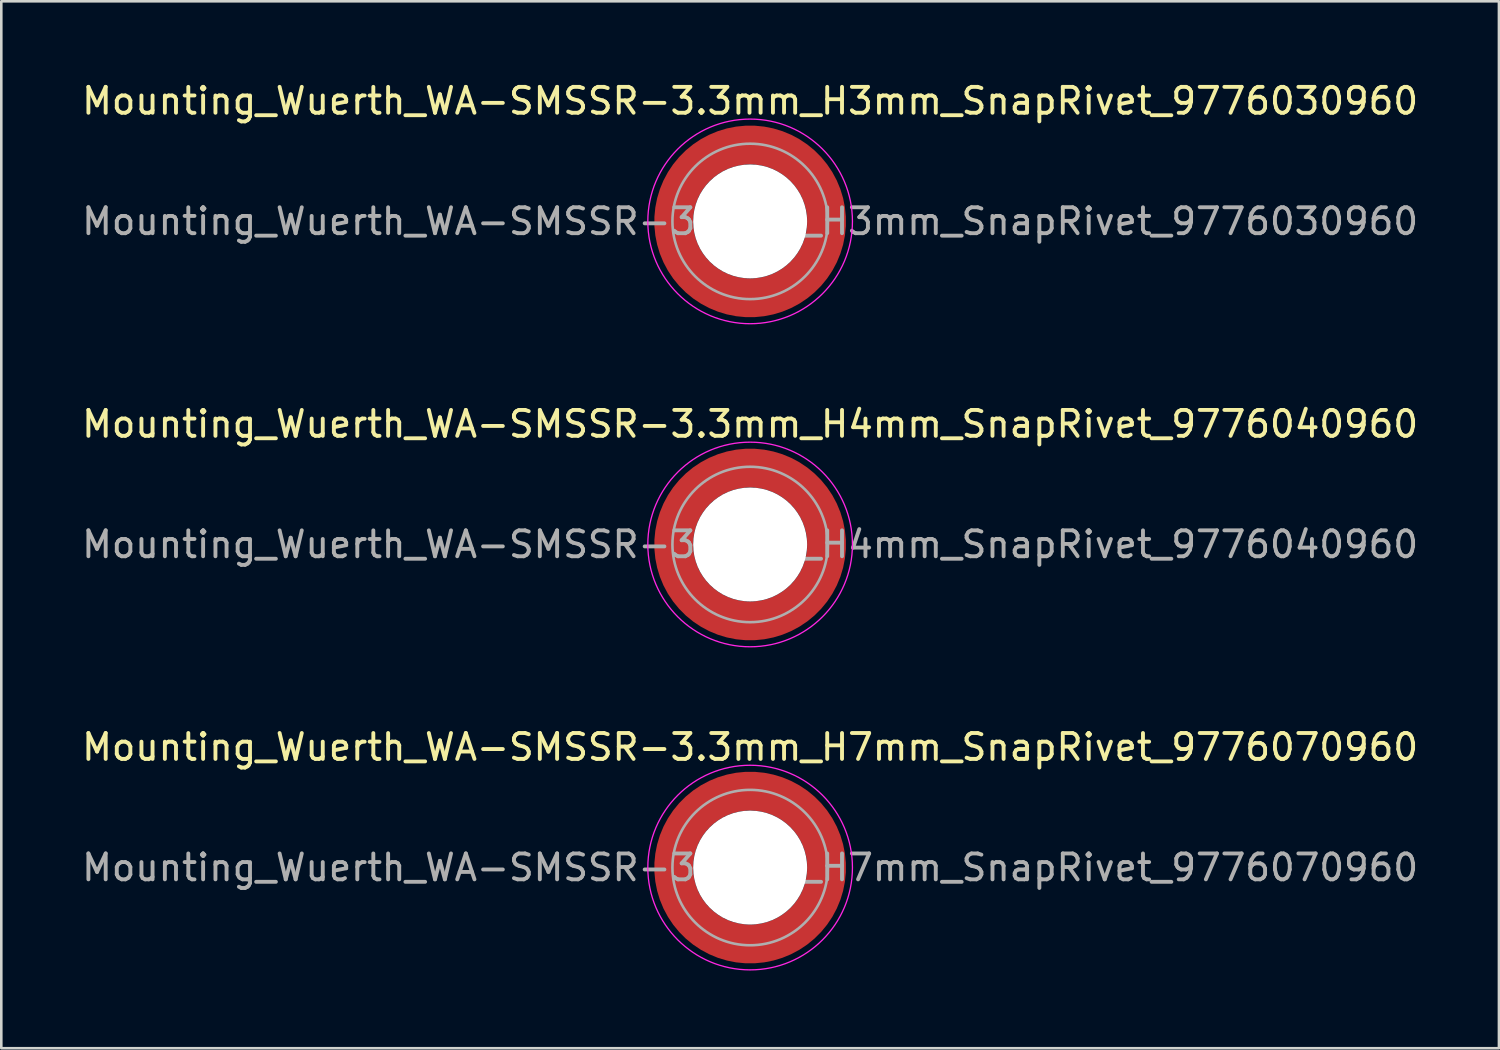
<source format=kicad_pcb>
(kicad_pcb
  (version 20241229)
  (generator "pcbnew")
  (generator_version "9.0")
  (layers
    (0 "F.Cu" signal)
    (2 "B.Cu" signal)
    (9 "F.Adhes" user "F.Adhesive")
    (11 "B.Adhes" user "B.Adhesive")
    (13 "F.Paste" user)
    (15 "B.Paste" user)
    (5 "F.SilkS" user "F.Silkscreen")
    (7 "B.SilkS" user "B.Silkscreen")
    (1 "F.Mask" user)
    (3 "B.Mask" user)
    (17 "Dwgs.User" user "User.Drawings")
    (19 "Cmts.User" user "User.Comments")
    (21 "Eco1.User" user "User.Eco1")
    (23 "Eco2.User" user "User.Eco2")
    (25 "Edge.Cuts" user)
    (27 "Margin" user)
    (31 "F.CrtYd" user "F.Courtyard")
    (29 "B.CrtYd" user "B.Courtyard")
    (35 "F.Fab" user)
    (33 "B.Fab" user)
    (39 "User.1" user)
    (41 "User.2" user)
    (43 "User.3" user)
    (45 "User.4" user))
  (footprint "Mounting_Wuerth_WA-SMSSR-3.3mm_H3mm_SnapRivet_9776030960"
    (layer "F.Cu")
    (at 25.911 5.498)
    (property "Reference" "Mounting_Wuerth_WA-SMSSR-3.3mm_H3mm_SnapRivet_9776030960" (at 0 -4.65 0) (layer "F.SilkS") (effects (font (size 1 1) (thickness 0.15))))
    (attr smd)
    (fp_circle (center 0 0) (end 3.95 0) (stroke (width 0.05) (type solid)) (fill no) (layer "F.CrtYd"))
    (fp_circle (center 0 0) (end 3 0) (stroke (width 0.1) (type solid)) (fill no) (layer "F.Fab"))
    (fp_text user "${REFERENCE}" (at 0 0 0) (layer "F.Fab") (effects (font (size 1 1) (thickness 0.15))))
    (pad "" smd custom (at -2.077 -2.077) (size 0.995 0.995) (layers "F.Paste") (options (anchor circle)) (primitives (gr_arc (start -0.208831 1.577126) (mid 0.422144 0.422848) (end 1.576154 -0.208618) (width 0.2)) (gr_arc (start -0.310669 1.577126) (mid 0.35138 0.352781) (end 1.575188 -0.310262) (width 0.2)) (gr_arc (start -0.412325 1.577126) (mid 0.280305 0.283024) (end 1.573357 -0.411565) (width 0.2)) (gr_arc (start -0.51382 1.577126) (mid 0.210358 0.212139) (end 1.574653 -0.513342) (width 0.2)) (gr_arc (start -0.615172 1.577126) (mid 0.139846 0.141818) (end 1.574384 -0.614661) (width 0.2)) (gr_arc (start -0.716397 1.577126) (mid 0.070334 0.070498) (end 1.576898 -0.716356) (width 0.2)) (gr_arc (start -0.817508 1.577126) (mid -0.001805 0.001806) (end 1.572094 -0.816634) (width 0.2)) (gr_arc (start -0.918517 1.577126) (mid -0.071322 -0.06951) (end 1.574599 -0.918094) (width 0.2)) (gr_arc (start -1.019433 1.577126) (mid -0.141902 -0.139762) (end 1.574138 -1.018949) (width 0.2)) (gr_arc (start -1.120266 1.577126) (mid -0.211736 -0.210761) (end 1.575763 -1.120053) (width 0.2)) (gr_arc (start -1.221022 1.577126) (mid -0.282882 -0.280446) (end 1.57372 -1.220504) (width 0.2)) (gr_arc (start -1.32171 1.577126) (mid -0.353407 -0.350753) (end 1.573414 -1.321162) (width 0.2)) (gr_arc (start -1.422335 1.577126) (mid -0.423311 -0.421682) (end 1.574846 -1.422009) (width 0.2)) (gr_line (start 1.577 -0.209) (end 1.577 -1.422) (width 0.2)) (gr_line (start -0.209 1.577) (end -1.422 1.577) (width 0.2))))
    (pad "" smd custom (at -2.077 2.077) (size 0.995 0.995) (layers "F.Paste") (options (anchor circle)) (primitives (gr_arc (start 1.577126 0.208831) (mid 0.422848 -0.422144) (end -0.208618 -1.576154) (width 0.2)) (gr_arc (start 1.577126 0.310669) (mid 0.352781 -0.35138) (end -0.310262 -1.575188) (width 0.2)) (gr_arc (start 1.577126 0.412325) (mid 0.283024 -0.280305) (end -0.411565 -1.573357) (width 0.2)) (gr_arc (start 1.577126 0.51382) (mid 0.212139 -0.210358) (end -0.513342 -1.574653) (width 0.2)) (gr_arc (start 1.577126 0.615172) (mid 0.141818 -0.139846) (end -0.614661 -1.574384) (width 0.2)) (gr_arc (start 1.577126 0.716397) (mid 0.070498 -0.070334) (end -0.716356 -1.576898) (width 0.2)) (gr_arc (start 1.577126 0.817508) (mid 0.001806 0.001805) (end -0.816634 -1.572094) (width 0.2)) (gr_arc (start 1.577126 0.918517) (mid -0.06951 0.071322) (end -0.918094 -1.574599) (width 0.2)) (gr_arc (start 1.577126 1.019433) (mid -0.139762 0.141902) (end -1.018949 -1.574138) (width 0.2)) (gr_arc (start 1.577126 1.120266) (mid -0.210761 0.211736) (end -1.120053 -1.575763) (width 0.2)) (gr_arc (start 1.577126 1.221022) (mid -0.280446 0.282882) (end -1.220504 -1.57372) (width 0.2)) (gr_arc (start 1.577126 1.32171) (mid -0.350753 0.353407) (end -1.321162 -1.573414) (width 0.2)) (gr_arc (start 1.577126 1.422335) (mid -0.421682 0.423311) (end -1.422009 -1.574846) (width 0.2)) (gr_line (start -0.209 -1.577) (end -1.422 -1.577) (width 0.2)) (gr_line (start 1.577 0.209) (end 1.577 1.422) (width 0.2))))
    (pad "" np_thru_hole circle (at 0 0) (size 4.4 4.4) (drill 4.4) (layers "*.Cu" "*.Mask"))
    (pad "" smd custom (at 2.077 -2.077) (size 0.995 0.995) (layers "F.Paste") (options (anchor circle)) (primitives (gr_arc (start -1.577126 -0.208831) (mid -0.422848 0.422144) (end 0.208618 1.576154) (width 0.2)) (gr_arc (start -1.577126 -0.310669) (mid -0.352781 0.35138) (end 0.310262 1.575188) (width 0.2)) (gr_arc (start -1.577126 -0.412325) (mid -0.283024 0.280305) (end 0.411565 1.573357) (width 0.2)) (gr_arc (start -1.577126 -0.51382) (mid -0.212139 0.210358) (end 0.513342 1.574653) (width 0.2)) (gr_arc (start -1.577126 -0.615172) (mid -0.141818 0.139846) (end 0.614661 1.574384) (width 0.2)) (gr_arc (start -1.577126 -0.716397) (mid -0.070498 0.070334) (end 0.716356 1.576898) (width 0.2)) (gr_arc (start -1.577126 -0.817508) (mid -0.001806 -0.001805) (end 0.816634 1.572094) (width 0.2)) (gr_arc (start -1.577126 -0.918517) (mid 0.06951 -0.071322) (end 0.918094 1.574599) (width 0.2)) (gr_arc (start -1.577126 -1.019433) (mid 0.139762 -0.141902) (end 1.018949 1.574138) (width 0.2)) (gr_arc (start -1.577126 -1.120266) (mid 0.210761 -0.211736) (end 1.120053 1.575763) (width 0.2)) (gr_arc (start -1.577126 -1.221022) (mid 0.280446 -0.282882) (end 1.220504 1.57372) (width 0.2)) (gr_arc (start -1.577126 -1.32171) (mid 0.350753 -0.353407) (end 1.321162 1.573414) (width 0.2)) (gr_arc (start -1.577126 -1.422335) (mid 0.421682 -0.423311) (end 1.422009 1.574846) (width 0.2)) (gr_line (start 0.209 1.577) (end 1.422 1.577) (width 0.2)) (gr_line (start -1.577 -0.209) (end -1.577 -1.422) (width 0.2))))
    (pad "" smd custom (at 2.077 2.077) (size 0.995 0.995) (layers "F.Paste") (options (anchor circle)) (primitives (gr_arc (start 0.208831 -1.577126) (mid -0.422144 -0.422848) (end -1.576154 0.208618) (width 0.2)) (gr_arc (start 0.310669 -1.577126) (mid -0.35138 -0.352781) (end -1.575188 0.310262) (width 0.2)) (gr_arc (start 0.412325 -1.577126) (mid -0.280305 -0.283024) (end -1.573357 0.411565) (width 0.2)) (gr_arc (start 0.51382 -1.577126) (mid -0.210358 -0.212139) (end -1.574653 0.513342) (width 0.2)) (gr_arc (start 0.615172 -1.577126) (mid -0.139846 -0.141818) (end -1.574384 0.614661) (width 0.2)) (gr_arc (start 0.716397 -1.577126) (mid -0.070334 -0.070498) (end -1.576898 0.716356) (width 0.2)) (gr_arc (start 0.817508 -1.577126) (mid 0.001805 -0.001806) (end -1.572094 0.816634) (width 0.2)) (gr_arc (start 0.918517 -1.577126) (mid 0.071322 0.06951) (end -1.574599 0.918094) (width 0.2)) (gr_arc (start 1.019433 -1.577126) (mid 0.141902 0.139762) (end -1.574138 1.018949) (width 0.2)) (gr_arc (start 1.120266 -1.577126) (mid 0.211736 0.210761) (end -1.575763 1.120053) (width 0.2)) (gr_arc (start 1.221022 -1.577126) (mid 0.282882 0.280446) (end -1.57372 1.220504) (width 0.2)) (gr_arc (start 1.32171 -1.577126) (mid 0.353407 0.350753) (end -1.573414 1.321162) (width 0.2)) (gr_arc (start 1.422335 -1.577126) (mid 0.423311 0.421682) (end -1.574846 1.422009) (width 0.2)) (gr_line (start -1.577 0.209) (end -1.577 1.422) (width 0.2)) (gr_line (start 0.209 -1.577) (end 1.422 -1.577) (width 0.2))))
    (pad "1" smd circle (at -2.95 0) (size 1.1 1.1) (layers "F.Cu"))
    (pad "1" smd circle (at 0 -2.95) (size 1.1 1.1) (layers "F.Cu"))
    (pad "1" smd circle (at 0 2.95) (size 1.1 1.1) (layers "F.Cu"))
    (pad "1" smd custom (at 2.95 0) (size 1.1 1.1) (layers "F.Cu" "F.Mask") (options (anchor circle)) (primitives (gr_circle (center -2.95 0) (end 0 0) (width 1.5) (fill no)))))
  (footprint "Mounting_Wuerth_WA-SMSSR-3.3mm_H4mm_SnapRivet_9776040960"
    (layer "F.Cu")
    (at 25.911 17.971)
    (property "Reference" "Mounting_Wuerth_WA-SMSSR-3.3mm_H4mm_SnapRivet_9776040960" (at 0 -4.65 0) (layer "F.SilkS") (effects (font (size 1 1) (thickness 0.15))))
    (attr smd)
    (fp_circle (center 0 0) (end 3.95 0) (stroke (width 0.05) (type solid)) (fill no) (layer "F.CrtYd"))
    (fp_circle (center 0 0) (end 3 0) (stroke (width 0.1) (type solid)) (fill no) (layer "F.Fab"))
    (fp_text user "${REFERENCE}" (at 0 0 0) (layer "F.Fab") (effects (font (size 1 1) (thickness 0.15))))
    (pad "" smd custom (at -2.077 -2.077) (size 0.995 0.995) (layers "F.Paste") (options (anchor circle)) (primitives (gr_arc (start -0.208831 1.577126) (mid 0.422144 0.422848) (end 1.576154 -0.208618) (width 0.2)) (gr_arc (start -0.310669 1.577126) (mid 0.35138 0.352781) (end 1.575188 -0.310262) (width 0.2)) (gr_arc (start -0.412325 1.577126) (mid 0.280305 0.283024) (end 1.573357 -0.411565) (width 0.2)) (gr_arc (start -0.51382 1.577126) (mid 0.210358 0.212139) (end 1.574653 -0.513342) (width 0.2)) (gr_arc (start -0.615172 1.577126) (mid 0.139846 0.141818) (end 1.574384 -0.614661) (width 0.2)) (gr_arc (start -0.716397 1.577126) (mid 0.070334 0.070498) (end 1.576898 -0.716356) (width 0.2)) (gr_arc (start -0.817508 1.577126) (mid -0.001805 0.001806) (end 1.572094 -0.816634) (width 0.2)) (gr_arc (start -0.918517 1.577126) (mid -0.071322 -0.06951) (end 1.574599 -0.918094) (width 0.2)) (gr_arc (start -1.019433 1.577126) (mid -0.141902 -0.139762) (end 1.574138 -1.018949) (width 0.2)) (gr_arc (start -1.120266 1.577126) (mid -0.211736 -0.210761) (end 1.575763 -1.120053) (width 0.2)) (gr_arc (start -1.221022 1.577126) (mid -0.282882 -0.280446) (end 1.57372 -1.220504) (width 0.2)) (gr_arc (start -1.32171 1.577126) (mid -0.353407 -0.350753) (end 1.573414 -1.321162) (width 0.2)) (gr_arc (start -1.422335 1.577126) (mid -0.423311 -0.421682) (end 1.574846 -1.422009) (width 0.2)) (gr_line (start 1.577 -0.209) (end 1.577 -1.422) (width 0.2)) (gr_line (start -0.209 1.577) (end -1.422 1.577) (width 0.2))))
    (pad "" smd custom (at -2.077 2.077) (size 0.995 0.995) (layers "F.Paste") (options (anchor circle)) (primitives (gr_arc (start 1.577126 0.208831) (mid 0.422848 -0.422144) (end -0.208618 -1.576154) (width 0.2)) (gr_arc (start 1.577126 0.310669) (mid 0.352781 -0.35138) (end -0.310262 -1.575188) (width 0.2)) (gr_arc (start 1.577126 0.412325) (mid 0.283024 -0.280305) (end -0.411565 -1.573357) (width 0.2)) (gr_arc (start 1.577126 0.51382) (mid 0.212139 -0.210358) (end -0.513342 -1.574653) (width 0.2)) (gr_arc (start 1.577126 0.615172) (mid 0.141818 -0.139846) (end -0.614661 -1.574384) (width 0.2)) (gr_arc (start 1.577126 0.716397) (mid 0.070498 -0.070334) (end -0.716356 -1.576898) (width 0.2)) (gr_arc (start 1.577126 0.817508) (mid 0.001806 0.001805) (end -0.816634 -1.572094) (width 0.2)) (gr_arc (start 1.577126 0.918517) (mid -0.06951 0.071322) (end -0.918094 -1.574599) (width 0.2)) (gr_arc (start 1.577126 1.019433) (mid -0.139762 0.141902) (end -1.018949 -1.574138) (width 0.2)) (gr_arc (start 1.577126 1.120266) (mid -0.210761 0.211736) (end -1.120053 -1.575763) (width 0.2)) (gr_arc (start 1.577126 1.221022) (mid -0.280446 0.282882) (end -1.220504 -1.57372) (width 0.2)) (gr_arc (start 1.577126 1.32171) (mid -0.350753 0.353407) (end -1.321162 -1.573414) (width 0.2)) (gr_arc (start 1.577126 1.422335) (mid -0.421682 0.423311) (end -1.422009 -1.574846) (width 0.2)) (gr_line (start -0.209 -1.577) (end -1.422 -1.577) (width 0.2)) (gr_line (start 1.577 0.209) (end 1.577 1.422) (width 0.2))))
    (pad "" np_thru_hole circle (at 0 0) (size 4.4 4.4) (drill 4.4) (layers "*.Cu" "*.Mask"))
    (pad "" smd custom (at 2.077 -2.077) (size 0.995 0.995) (layers "F.Paste") (options (anchor circle)) (primitives (gr_arc (start -1.577126 -0.208831) (mid -0.422848 0.422144) (end 0.208618 1.576154) (width 0.2)) (gr_arc (start -1.577126 -0.310669) (mid -0.352781 0.35138) (end 0.310262 1.575188) (width 0.2)) (gr_arc (start -1.577126 -0.412325) (mid -0.283024 0.280305) (end 0.411565 1.573357) (width 0.2)) (gr_arc (start -1.577126 -0.51382) (mid -0.212139 0.210358) (end 0.513342 1.574653) (width 0.2)) (gr_arc (start -1.577126 -0.615172) (mid -0.141818 0.139846) (end 0.614661 1.574384) (width 0.2)) (gr_arc (start -1.577126 -0.716397) (mid -0.070498 0.070334) (end 0.716356 1.576898) (width 0.2)) (gr_arc (start -1.577126 -0.817508) (mid -0.001806 -0.001805) (end 0.816634 1.572094) (width 0.2)) (gr_arc (start -1.577126 -0.918517) (mid 0.06951 -0.071322) (end 0.918094 1.574599) (width 0.2)) (gr_arc (start -1.577126 -1.019433) (mid 0.139762 -0.141902) (end 1.018949 1.574138) (width 0.2)) (gr_arc (start -1.577126 -1.120266) (mid 0.210761 -0.211736) (end 1.120053 1.575763) (width 0.2)) (gr_arc (start -1.577126 -1.221022) (mid 0.280446 -0.282882) (end 1.220504 1.57372) (width 0.2)) (gr_arc (start -1.577126 -1.32171) (mid 0.350753 -0.353407) (end 1.321162 1.573414) (width 0.2)) (gr_arc (start -1.577126 -1.422335) (mid 0.421682 -0.423311) (end 1.422009 1.574846) (width 0.2)) (gr_line (start 0.209 1.577) (end 1.422 1.577) (width 0.2)) (gr_line (start -1.577 -0.209) (end -1.577 -1.422) (width 0.2))))
    (pad "" smd custom (at 2.077 2.077) (size 0.995 0.995) (layers "F.Paste") (options (anchor circle)) (primitives (gr_arc (start 0.208831 -1.577126) (mid -0.422144 -0.422848) (end -1.576154 0.208618) (width 0.2)) (gr_arc (start 0.310669 -1.577126) (mid -0.35138 -0.352781) (end -1.575188 0.310262) (width 0.2)) (gr_arc (start 0.412325 -1.577126) (mid -0.280305 -0.283024) (end -1.573357 0.411565) (width 0.2)) (gr_arc (start 0.51382 -1.577126) (mid -0.210358 -0.212139) (end -1.574653 0.513342) (width 0.2)) (gr_arc (start 0.615172 -1.577126) (mid -0.139846 -0.141818) (end -1.574384 0.614661) (width 0.2)) (gr_arc (start 0.716397 -1.577126) (mid -0.070334 -0.070498) (end -1.576898 0.716356) (width 0.2)) (gr_arc (start 0.817508 -1.577126) (mid 0.001805 -0.001806) (end -1.572094 0.816634) (width 0.2)) (gr_arc (start 0.918517 -1.577126) (mid 0.071322 0.06951) (end -1.574599 0.918094) (width 0.2)) (gr_arc (start 1.019433 -1.577126) (mid 0.141902 0.139762) (end -1.574138 1.018949) (width 0.2)) (gr_arc (start 1.120266 -1.577126) (mid 0.211736 0.210761) (end -1.575763 1.120053) (width 0.2)) (gr_arc (start 1.221022 -1.577126) (mid 0.282882 0.280446) (end -1.57372 1.220504) (width 0.2)) (gr_arc (start 1.32171 -1.577126) (mid 0.353407 0.350753) (end -1.573414 1.321162) (width 0.2)) (gr_arc (start 1.422335 -1.577126) (mid 0.423311 0.421682) (end -1.574846 1.422009) (width 0.2)) (gr_line (start -1.577 0.209) (end -1.577 1.422) (width 0.2)) (gr_line (start 0.209 -1.577) (end 1.422 -1.577) (width 0.2))))
    (pad "1" smd circle (at -2.95 0) (size 1.1 1.1) (layers "F.Cu"))
    (pad "1" smd circle (at 0 -2.95) (size 1.1 1.1) (layers "F.Cu"))
    (pad "1" smd circle (at 0 2.95) (size 1.1 1.1) (layers "F.Cu"))
    (pad "1" smd custom (at 2.95 0) (size 1.1 1.1) (layers "F.Cu" "F.Mask") (options (anchor circle)) (primitives (gr_circle (center -2.95 0) (end 0 0) (width 1.5) (fill no)))))
  (footprint "Mounting_Wuerth_WA-SMSSR-3.3mm_H7mm_SnapRivet_9776070960"
    (layer "F.Cu")
    (at 25.911 30.445)
    (property "Reference" "Mounting_Wuerth_WA-SMSSR-3.3mm_H7mm_SnapRivet_9776070960" (at 0 -4.65 0) (layer "F.SilkS") (effects (font (size 1 1) (thickness 0.15))))
    (attr smd)
    (fp_circle (center 0 0) (end 3.95 0) (stroke (width 0.05) (type solid)) (fill no) (layer "F.CrtYd"))
    (fp_circle (center 0 0) (end 3 0) (stroke (width 0.1) (type solid)) (fill no) (layer "F.Fab"))
    (fp_text user "${REFERENCE}" (at 0 0 0) (layer "F.Fab") (effects (font (size 1 1) (thickness 0.15))))
    (pad "" smd custom (at -2.077 -2.077) (size 0.995 0.995) (layers "F.Paste") (options (anchor circle)) (primitives (gr_arc (start -0.208831 1.577126) (mid 0.422144 0.422848) (end 1.576154 -0.208618) (width 0.2)) (gr_arc (start -0.310669 1.577126) (mid 0.35138 0.352781) (end 1.575188 -0.310262) (width 0.2)) (gr_arc (start -0.412325 1.577126) (mid 0.280305 0.283024) (end 1.573357 -0.411565) (width 0.2)) (gr_arc (start -0.51382 1.577126) (mid 0.210358 0.212139) (end 1.574653 -0.513342) (width 0.2)) (gr_arc (start -0.615172 1.577126) (mid 0.139846 0.141818) (end 1.574384 -0.614661) (width 0.2)) (gr_arc (start -0.716397 1.577126) (mid 0.070334 0.070498) (end 1.576898 -0.716356) (width 0.2)) (gr_arc (start -0.817508 1.577126) (mid -0.001805 0.001806) (end 1.572094 -0.816634) (width 0.2)) (gr_arc (start -0.918517 1.577126) (mid -0.071322 -0.06951) (end 1.574599 -0.918094) (width 0.2)) (gr_arc (start -1.019433 1.577126) (mid -0.141902 -0.139762) (end 1.574138 -1.018949) (width 0.2)) (gr_arc (start -1.120266 1.577126) (mid -0.211736 -0.210761) (end 1.575763 -1.120053) (width 0.2)) (gr_arc (start -1.221022 1.577126) (mid -0.282882 -0.280446) (end 1.57372 -1.220504) (width 0.2)) (gr_arc (start -1.32171 1.577126) (mid -0.353407 -0.350753) (end 1.573414 -1.321162) (width 0.2)) (gr_arc (start -1.422335 1.577126) (mid -0.423311 -0.421682) (end 1.574846 -1.422009) (width 0.2)) (gr_line (start 1.577 -0.209) (end 1.577 -1.422) (width 0.2)) (gr_line (start -0.209 1.577) (end -1.422 1.577) (width 0.2))))
    (pad "" smd custom (at -2.077 2.077) (size 0.995 0.995) (layers "F.Paste") (options (anchor circle)) (primitives (gr_arc (start 1.577126 0.208831) (mid 0.422848 -0.422144) (end -0.208618 -1.576154) (width 0.2)) (gr_arc (start 1.577126 0.310669) (mid 0.352781 -0.35138) (end -0.310262 -1.575188) (width 0.2)) (gr_arc (start 1.577126 0.412325) (mid 0.283024 -0.280305) (end -0.411565 -1.573357) (width 0.2)) (gr_arc (start 1.577126 0.51382) (mid 0.212139 -0.210358) (end -0.513342 -1.574653) (width 0.2)) (gr_arc (start 1.577126 0.615172) (mid 0.141818 -0.139846) (end -0.614661 -1.574384) (width 0.2)) (gr_arc (start 1.577126 0.716397) (mid 0.070498 -0.070334) (end -0.716356 -1.576898) (width 0.2)) (gr_arc (start 1.577126 0.817508) (mid 0.001806 0.001805) (end -0.816634 -1.572094) (width 0.2)) (gr_arc (start 1.577126 0.918517) (mid -0.06951 0.071322) (end -0.918094 -1.574599) (width 0.2)) (gr_arc (start 1.577126 1.019433) (mid -0.139762 0.141902) (end -1.018949 -1.574138) (width 0.2)) (gr_arc (start 1.577126 1.120266) (mid -0.210761 0.211736) (end -1.120053 -1.575763) (width 0.2)) (gr_arc (start 1.577126 1.221022) (mid -0.280446 0.282882) (end -1.220504 -1.57372) (width 0.2)) (gr_arc (start 1.577126 1.32171) (mid -0.350753 0.353407) (end -1.321162 -1.573414) (width 0.2)) (gr_arc (start 1.577126 1.422335) (mid -0.421682 0.423311) (end -1.422009 -1.574846) (width 0.2)) (gr_line (start -0.209 -1.577) (end -1.422 -1.577) (width 0.2)) (gr_line (start 1.577 0.209) (end 1.577 1.422) (width 0.2))))
    (pad "" np_thru_hole circle (at 0 0) (size 4.4 4.4) (drill 4.4) (layers "*.Cu" "*.Mask"))
    (pad "" smd custom (at 2.077 -2.077) (size 0.995 0.995) (layers "F.Paste") (options (anchor circle)) (primitives (gr_arc (start -1.577126 -0.208831) (mid -0.422848 0.422144) (end 0.208618 1.576154) (width 0.2)) (gr_arc (start -1.577126 -0.310669) (mid -0.352781 0.35138) (end 0.310262 1.575188) (width 0.2)) (gr_arc (start -1.577126 -0.412325) (mid -0.283024 0.280305) (end 0.411565 1.573357) (width 0.2)) (gr_arc (start -1.577126 -0.51382) (mid -0.212139 0.210358) (end 0.513342 1.574653) (width 0.2)) (gr_arc (start -1.577126 -0.615172) (mid -0.141818 0.139846) (end 0.614661 1.574384) (width 0.2)) (gr_arc (start -1.577126 -0.716397) (mid -0.070498 0.070334) (end 0.716356 1.576898) (width 0.2)) (gr_arc (start -1.577126 -0.817508) (mid -0.001806 -0.001805) (end 0.816634 1.572094) (width 0.2)) (gr_arc (start -1.577126 -0.918517) (mid 0.06951 -0.071322) (end 0.918094 1.574599) (width 0.2)) (gr_arc (start -1.577126 -1.019433) (mid 0.139762 -0.141902) (end 1.018949 1.574138) (width 0.2)) (gr_arc (start -1.577126 -1.120266) (mid 0.210761 -0.211736) (end 1.120053 1.575763) (width 0.2)) (gr_arc (start -1.577126 -1.221022) (mid 0.280446 -0.282882) (end 1.220504 1.57372) (width 0.2)) (gr_arc (start -1.577126 -1.32171) (mid 0.350753 -0.353407) (end 1.321162 1.573414) (width 0.2)) (gr_arc (start -1.577126 -1.422335) (mid 0.421682 -0.423311) (end 1.422009 1.574846) (width 0.2)) (gr_line (start 0.209 1.577) (end 1.422 1.577) (width 0.2)) (gr_line (start -1.577 -0.209) (end -1.577 -1.422) (width 0.2))))
    (pad "" smd custom (at 2.077 2.077) (size 0.995 0.995) (layers "F.Paste") (options (anchor circle)) (primitives (gr_arc (start 0.208831 -1.577126) (mid -0.422144 -0.422848) (end -1.576154 0.208618) (width 0.2)) (gr_arc (start 0.310669 -1.577126) (mid -0.35138 -0.352781) (end -1.575188 0.310262) (width 0.2)) (gr_arc (start 0.412325 -1.577126) (mid -0.280305 -0.283024) (end -1.573357 0.411565) (width 0.2)) (gr_arc (start 0.51382 -1.577126) (mid -0.210358 -0.212139) (end -1.574653 0.513342) (width 0.2)) (gr_arc (start 0.615172 -1.577126) (mid -0.139846 -0.141818) (end -1.574384 0.614661) (width 0.2)) (gr_arc (start 0.716397 -1.577126) (mid -0.070334 -0.070498) (end -1.576898 0.716356) (width 0.2)) (gr_arc (start 0.817508 -1.577126) (mid 0.001805 -0.001806) (end -1.572094 0.816634) (width 0.2)) (gr_arc (start 0.918517 -1.577126) (mid 0.071322 0.06951) (end -1.574599 0.918094) (width 0.2)) (gr_arc (start 1.019433 -1.577126) (mid 0.141902 0.139762) (end -1.574138 1.018949) (width 0.2)) (gr_arc (start 1.120266 -1.577126) (mid 0.211736 0.210761) (end -1.575763 1.120053) (width 0.2)) (gr_arc (start 1.221022 -1.577126) (mid 0.282882 0.280446) (end -1.57372 1.220504) (width 0.2)) (gr_arc (start 1.32171 -1.577126) (mid 0.353407 0.350753) (end -1.573414 1.321162) (width 0.2)) (gr_arc (start 1.422335 -1.577126) (mid 0.423311 0.421682) (end -1.574846 1.422009) (width 0.2)) (gr_line (start -1.577 0.209) (end -1.577 1.422) (width 0.2)) (gr_line (start 0.209 -1.577) (end 1.422 -1.577) (width 0.2))))
    (pad "1" smd circle (at -2.95 0) (size 1.1 1.1) (layers "F.Cu"))
    (pad "1" smd circle (at 0 -2.95) (size 1.1 1.1) (layers "F.Cu"))
    (pad "1" smd circle (at 0 2.95) (size 1.1 1.1) (layers "F.Cu"))
    (pad "1" smd custom (at 2.95 0) (size 1.1 1.1) (layers "F.Cu" "F.Mask") (options (anchor circle)) (primitives (gr_circle (center -2.95 0) (end 0 0) (width 1.5) (fill no)))))
  (gr_rect
    (start -3 -3)
    (end 54.821 37.42)
    (stroke (width 0.1) (type default))
    (fill no)
    (layer "Edge.Cuts")))
</source>
